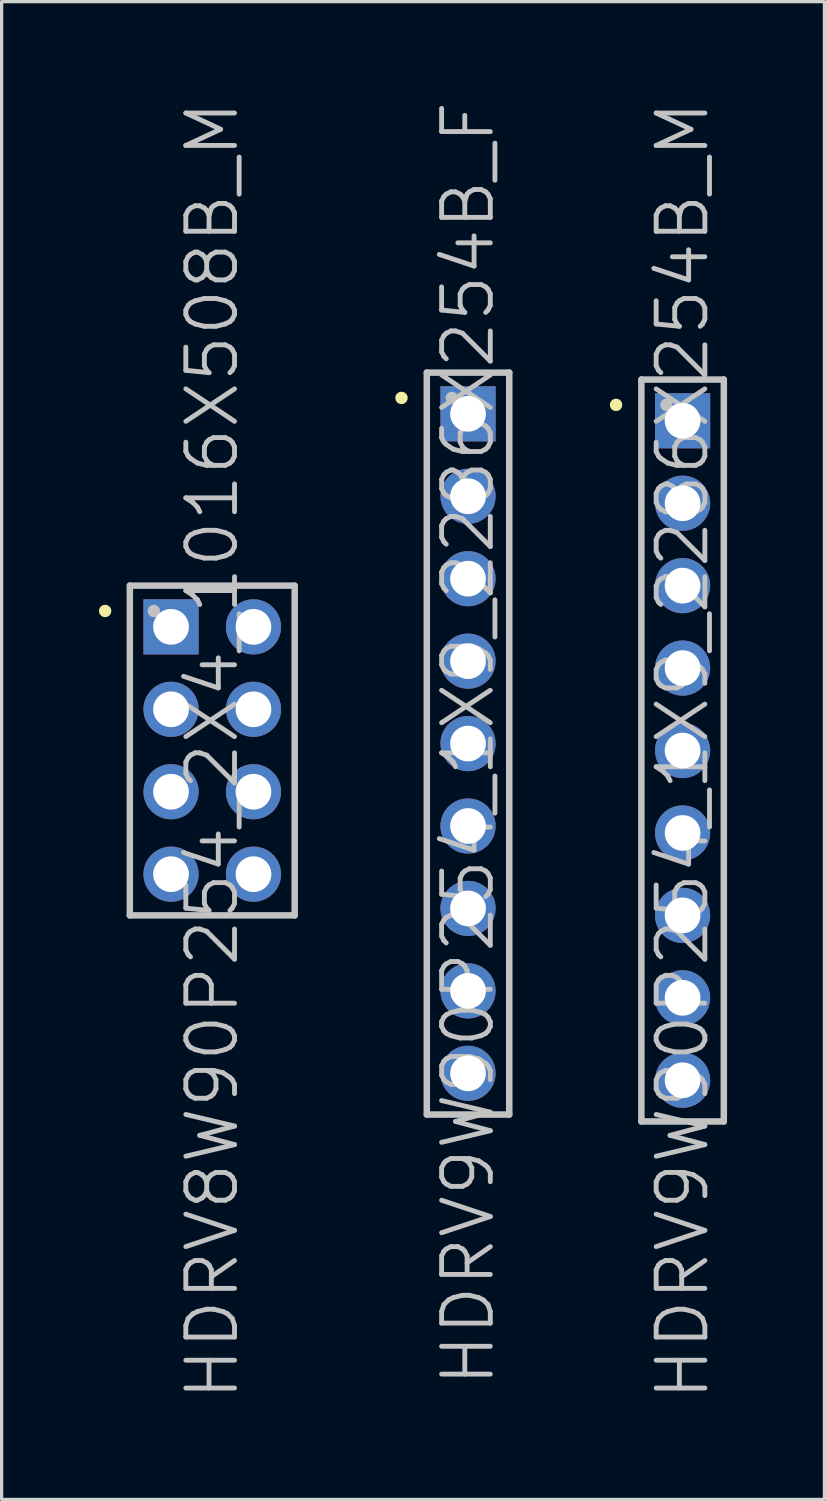
<source format=kicad_pcb>
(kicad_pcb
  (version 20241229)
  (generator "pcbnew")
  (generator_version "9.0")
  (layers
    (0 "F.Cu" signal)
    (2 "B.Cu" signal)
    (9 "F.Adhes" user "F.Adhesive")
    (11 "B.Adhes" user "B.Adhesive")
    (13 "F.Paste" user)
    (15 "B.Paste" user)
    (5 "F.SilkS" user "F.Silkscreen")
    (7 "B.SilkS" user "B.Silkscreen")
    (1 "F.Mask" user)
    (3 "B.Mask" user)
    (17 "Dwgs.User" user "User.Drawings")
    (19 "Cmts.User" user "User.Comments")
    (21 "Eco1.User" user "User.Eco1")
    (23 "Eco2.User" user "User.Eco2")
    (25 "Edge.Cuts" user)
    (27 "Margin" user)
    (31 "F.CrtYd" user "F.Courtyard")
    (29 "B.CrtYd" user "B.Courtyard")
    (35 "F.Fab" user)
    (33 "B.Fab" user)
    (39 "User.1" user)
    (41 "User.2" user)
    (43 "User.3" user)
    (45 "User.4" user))
  (footprint "HDRV8W90P254_2X4_1016X508B_M"
    (layer "F.Cu")
    (at 3.49 20.075)
    (property "Reference" "HDRV8W90P254_2X4_1016X508B_M" (at 0 0 90) (layer "Dwgs.User") (effects (font (size 1.5 1.5) (thickness 0.15))))
    (attr through_hole)
    (fp_line (start -3.3 -4.3) (end -3.3 -4.3) (stroke (width 0.381) (type solid)) (layer "F.SilkS"))
    (fp_line (start -2.54 -5.08) (end -2.54 5.08) (stroke (width 0.2) (type solid)) (layer "Dwgs.User"))
    (fp_line (start -2.54 -5.08) (end 2.54 -5.08) (stroke (width 0.2) (type solid)) (layer "Dwgs.User"))
    (fp_line (start -2.54 5.08) (end 2.54 5.08) (stroke (width 0.2) (type solid)) (layer "Dwgs.User"))
    (fp_line (start -1.8 -4.3) (end -1.8 -4.3) (stroke (width 0.381) (type solid)) (layer "Dwgs.User"))
    (fp_line (start 2.54 -5.08) (end 2.54 5.08) (stroke (width 0.2) (type solid)) (layer "Dwgs.User"))
    (pad "1" thru_hole rect (at -1.27 -3.81) (size 1.7 1.7) (drill 1.1) (layers "*.Cu" "*.Mask"))
    (pad "2" thru_hole circle (at 1.27 -3.81 270) (size 1.7 1.7) (drill 1.1) (layers "*.Cu" "*.Mask"))
    (pad "3" thru_hole circle (at -1.27 -1.27 270) (size 1.7 1.7) (drill 1.1) (layers "*.Cu" "*.Mask"))
    (pad "4" thru_hole circle (at 1.27 -1.27 270) (size 1.7 1.7) (drill 1.1) (layers "*.Cu" "*.Mask"))
    (pad "5" thru_hole circle (at -1.27 1.27 270) (size 1.7 1.7) (drill 1.1) (layers "*.Cu" "*.Mask"))
    (pad "6" thru_hole circle (at 1.27 1.27 270) (size 1.7 1.7) (drill 1.1) (layers "*.Cu" "*.Mask"))
    (pad "7" thru_hole circle (at -1.27 3.81 270) (size 1.7 1.7) (drill 1.1) (layers "*.Cu" "*.Mask"))
    (pad "8" thru_hole circle (at 1.27 3.81 270) (size 1.7 1.7) (drill 1.1) (layers "*.Cu" "*.Mask")))
  (footprint "HDRV9W90P254_1X9_2286X254B_M"
    (layer "F.Cu")
    (at 17.982 20.075)
    (property "Reference" "HDRV9W90P254_1X9_2286X254B_M" (at 0 0 90) (layer "Dwgs.User") (effects (font (size 1.5 1.5) (thickness 0.15))))
    (attr through_hole)
    (fp_line (start -2.05 -10.65) (end -2.05 -10.65) (stroke (width 0.381) (type solid)) (layer "F.SilkS"))
    (fp_line (start -1.27 -11.43) (end -1.27 11.43) (stroke (width 0.2) (type solid)) (layer "Dwgs.User"))
    (fp_line (start -1.27 -11.43) (end 1.27 -11.43) (stroke (width 0.2) (type solid)) (layer "Dwgs.User"))
    (fp_line (start -1.27 11.43) (end 1.27 11.43) (stroke (width 0.2) (type solid)) (layer "Dwgs.User"))
    (fp_line (start -0.5 -10.65) (end -0.5 -10.65) (stroke (width 0.381) (type solid)) (layer "Dwgs.User"))
    (fp_line (start 1.27 -11.43) (end 1.27 11.43) (stroke (width 0.2) (type solid)) (layer "Dwgs.User"))
    (pad "1" thru_hole rect (at 0 -10.16) (size 1.7 1.7) (drill 1.1) (layers "*.Cu" "*.Mask"))
    (pad "2" thru_hole circle (at 0 -7.62 270) (size 1.7 1.7) (drill 1.1) (layers "*.Cu" "*.Mask"))
    (pad "3" thru_hole circle (at 0 -5.08 270) (size 1.7 1.7) (drill 1.1) (layers "*.Cu" "*.Mask"))
    (pad "4" thru_hole circle (at 0 -2.54 270) (size 1.7 1.7) (drill 1.1) (layers "*.Cu" "*.Mask"))
    (pad "5" thru_hole circle (at 0 0 270) (size 1.7 1.7) (drill 1.1) (layers "*.Cu" "*.Mask"))
    (pad "6" thru_hole circle (at 0 2.54 270) (size 1.7 1.7) (drill 1.1) (layers "*.Cu" "*.Mask"))
    (pad "7" thru_hole circle (at 0 5.08 270) (size 1.7 1.7) (drill 1.1) (layers "*.Cu" "*.Mask"))
    (pad "8" thru_hole circle (at 0 7.62 270) (size 1.7 1.7) (drill 1.1) (layers "*.Cu" "*.Mask"))
    (pad "9" thru_hole circle (at 0 10.16 270) (size 1.7 1.7) (drill 1.1) (layers "*.Cu" "*.Mask")))
  (footprint "HDRV9W90P254_1X9_2286X254B_F"
    (layer "F.Cu")
    (at 11.371 19.861)
    (property "Reference" "HDRV9W90P254_1X9_2286X254B_F" (at 0 0 90) (layer "Dwgs.User") (effects (font (size 1.5 1.5) (thickness 0.15))))
    (attr through_hole)
    (fp_line (start -2.05 -10.65) (end -2.05 -10.65) (stroke (width 0.381) (type solid)) (layer "F.SilkS"))
    (fp_line (start -1.27 -11.43) (end -1.27 11.43) (stroke (width 0.2) (type solid)) (layer "Dwgs.User"))
    (fp_line (start -1.27 -11.43) (end 1.27 -11.43) (stroke (width 0.2) (type solid)) (layer "Dwgs.User"))
    (fp_line (start -1.27 11.43) (end 1.27 11.43) (stroke (width 0.2) (type solid)) (layer "Dwgs.User"))
    (fp_line (start -0.5 -10.65) (end -0.5 -10.65) (stroke (width 0.381) (type solid)) (layer "Dwgs.User"))
    (fp_line (start 1.27 -11.43) (end 1.27 11.43) (stroke (width 0.2) (type solid)) (layer "Dwgs.User"))
    (pad "1" thru_hole rect (at 0 -10.16) (size 1.7 1.7) (drill 1.1) (layers "*.Cu" "*.Mask"))
    (pad "2" thru_hole circle (at 0 -7.62 270) (size 1.7 1.7) (drill 1.1) (layers "*.Cu" "*.Mask"))
    (pad "3" thru_hole circle (at 0 -5.08 270) (size 1.7 1.7) (drill 1.1) (layers "*.Cu" "*.Mask"))
    (pad "4" thru_hole circle (at 0 -2.54 270) (size 1.7 1.7) (drill 1.1) (layers "*.Cu" "*.Mask"))
    (pad "5" thru_hole circle (at 0 0 270) (size 1.7 1.7) (drill 1.1) (layers "*.Cu" "*.Mask"))
    (pad "6" thru_hole circle (at 0 2.54 270) (size 1.7 1.7) (drill 1.1) (layers "*.Cu" "*.Mask"))
    (pad "7" thru_hole circle (at 0 5.08 270) (size 1.7 1.7) (drill 1.1) (layers "*.Cu" "*.Mask"))
    (pad "8" thru_hole circle (at 0 7.62 270) (size 1.7 1.7) (drill 1.1) (layers "*.Cu" "*.Mask"))
    (pad "9" thru_hole circle (at 0 10.16 270) (size 1.7 1.7) (drill 1.1) (layers "*.Cu" "*.Mask")))
  (gr_rect
    (start -3 -3)
    (end 22.352 43.15)
    (stroke (width 0.1) (type default))
    (fill no)
    (layer "Edge.Cuts")))
</source>
